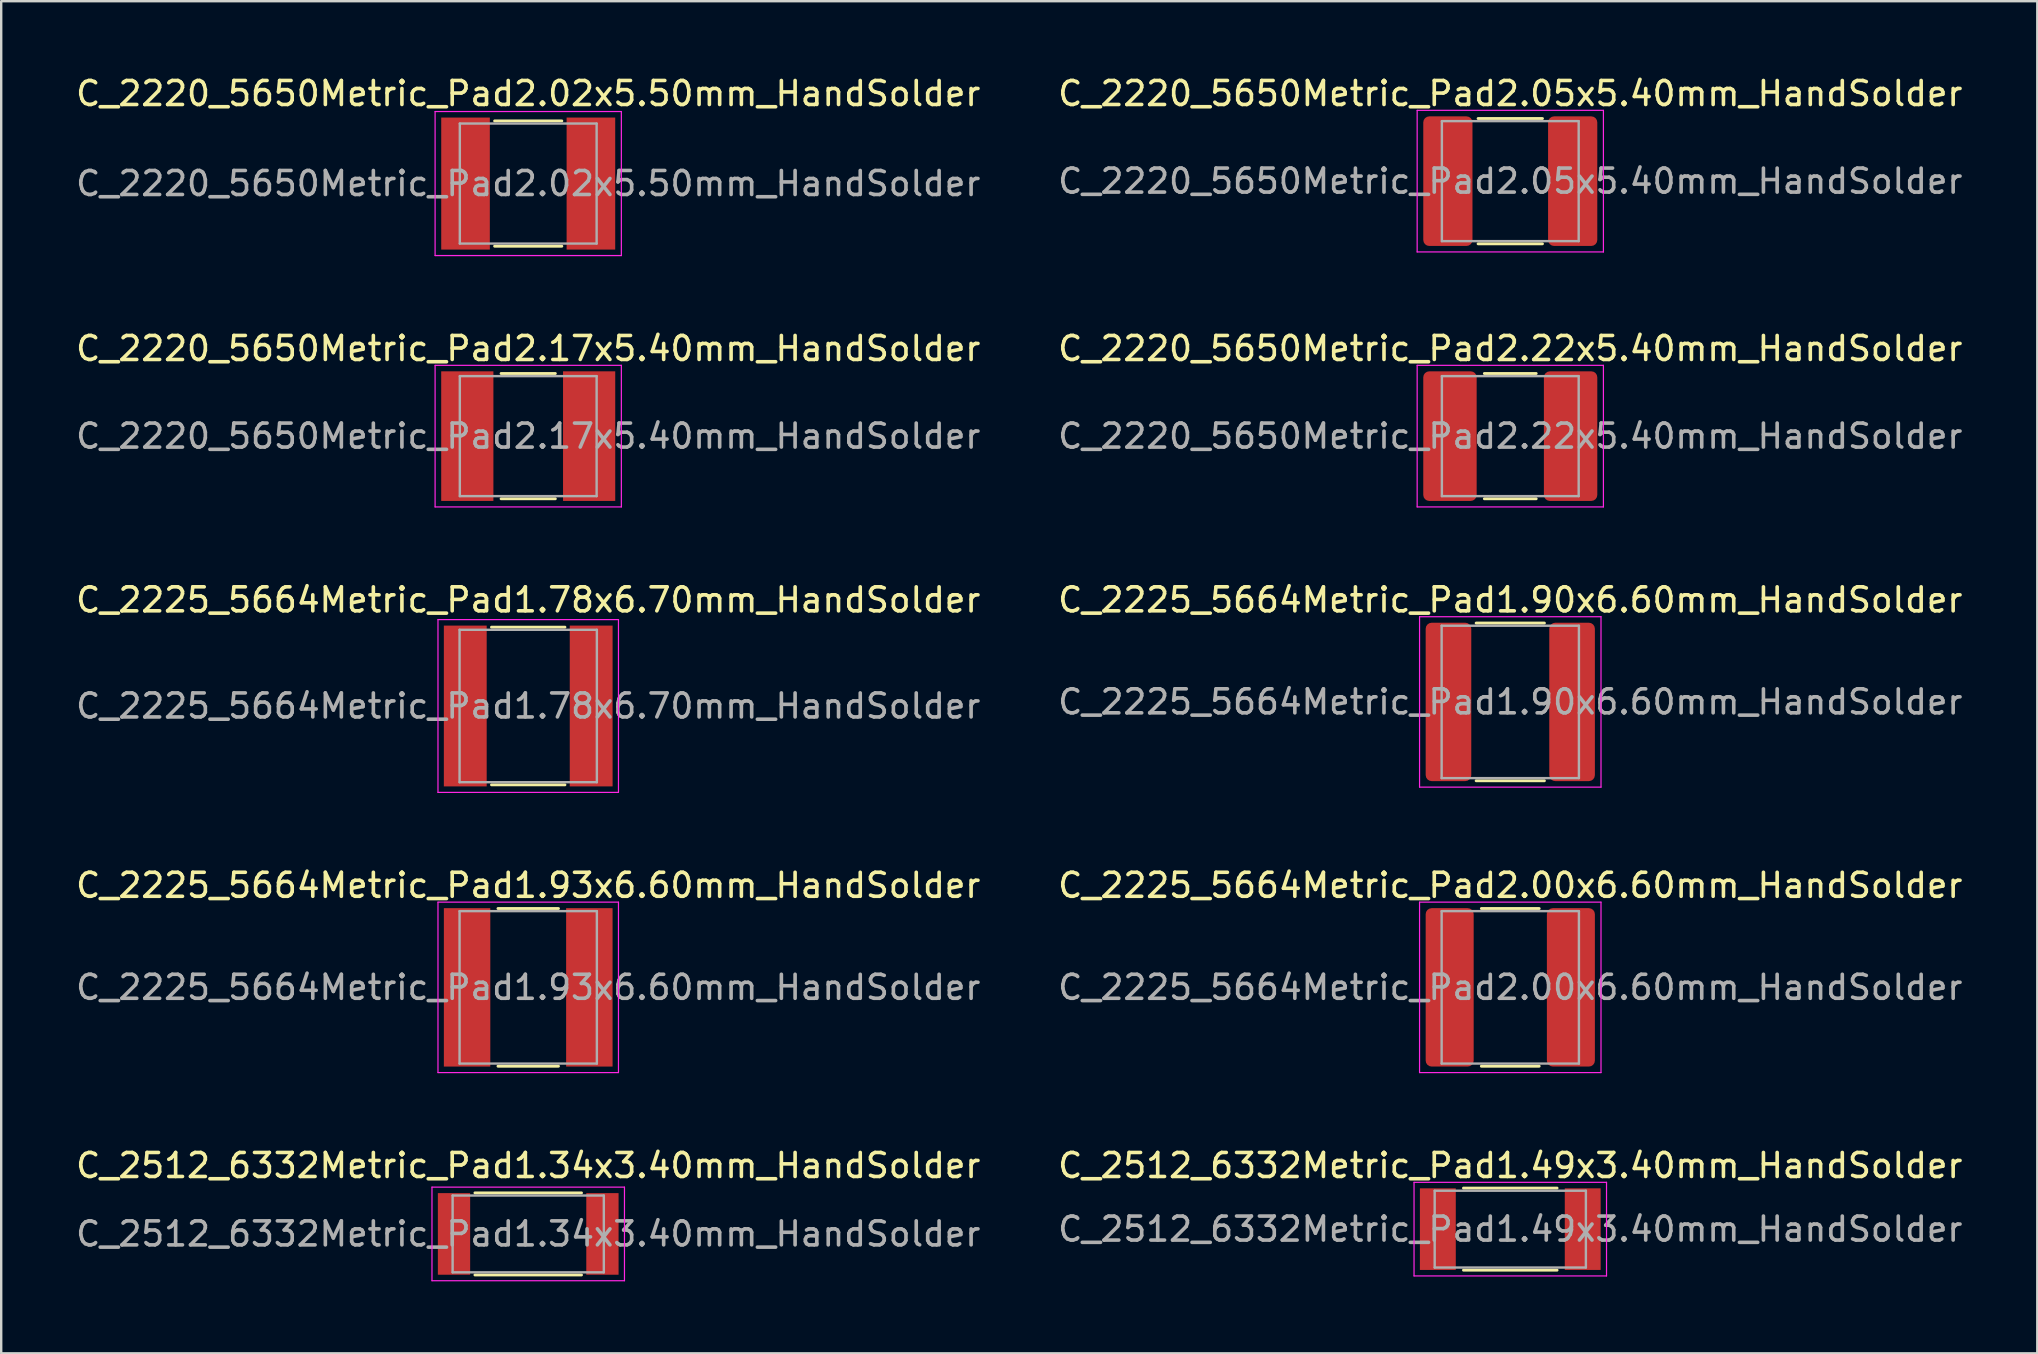
<source format=kicad_pcb>
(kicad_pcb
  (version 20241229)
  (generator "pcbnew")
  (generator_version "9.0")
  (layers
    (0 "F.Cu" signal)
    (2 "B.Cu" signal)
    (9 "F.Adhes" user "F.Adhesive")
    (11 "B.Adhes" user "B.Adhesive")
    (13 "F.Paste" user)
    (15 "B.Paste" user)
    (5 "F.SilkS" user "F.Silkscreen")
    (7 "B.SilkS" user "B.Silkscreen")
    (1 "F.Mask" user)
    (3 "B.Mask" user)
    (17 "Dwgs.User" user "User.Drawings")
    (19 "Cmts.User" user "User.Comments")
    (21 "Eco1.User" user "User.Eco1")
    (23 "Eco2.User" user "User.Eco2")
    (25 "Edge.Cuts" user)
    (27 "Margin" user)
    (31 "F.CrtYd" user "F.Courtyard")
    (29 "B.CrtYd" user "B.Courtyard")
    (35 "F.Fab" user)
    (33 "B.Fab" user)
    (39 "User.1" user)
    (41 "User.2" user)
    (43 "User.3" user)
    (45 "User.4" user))
  (footprint "C_2512_6332Metric_Pad1.49x3.40mm_HandSolder"
    (layer "F.Cu")
    (at 59.875 48.161)
    (property "Reference" "C_2512_6332Metric_Pad1.49x3.40mm_HandSolder" (at 0 -2.65 0) (layer "F.SilkS") (effects (font (size 1 1) (thickness 0.15))))
    (attr smd)
    (fp_line (start -1.95 -1.71) (end 1.95 -1.71) (stroke (width 0.12) (type solid)) (layer "F.SilkS"))
    (fp_line (start -1.95 1.71) (end 1.95 1.71) (stroke (width 0.12) (type solid)) (layer "F.SilkS"))
    (fp_line (start -4.01 -1.95) (end 4.01 -1.95) (stroke (width 0.05) (type solid)) (layer "F.CrtYd"))
    (fp_line (start -4.01 1.95) (end -4.01 -1.95) (stroke (width 0.05) (type solid)) (layer "F.CrtYd"))
    (fp_line (start 4.01 -1.95) (end 4.01 1.95) (stroke (width 0.05) (type solid)) (layer "F.CrtYd"))
    (fp_line (start 4.01 1.95) (end -4.01 1.95) (stroke (width 0.05) (type solid)) (layer "F.CrtYd"))
    (fp_line (start -3.15 -1.6) (end 3.15 -1.6) (stroke (width 0.1) (type solid)) (layer "F.Fab"))
    (fp_line (start -3.15 1.6) (end -3.15 -1.6) (stroke (width 0.1) (type solid)) (layer "F.Fab"))
    (fp_line (start 3.15 -1.6) (end 3.15 1.6) (stroke (width 0.1) (type solid)) (layer "F.Fab"))
    (fp_line (start 3.15 1.6) (end -3.15 1.6) (stroke (width 0.1) (type solid)) (layer "F.Fab"))
    (fp_text user "${REFERENCE}" (at 0 0 0) (layer "F.Fab") (effects (font (size 1 1) (thickness 0.15))))
    (pad "1" smd rect (at -3.018 0) (size 1.495 3.4) (layers "F.Cu" "F.Mask" "F.Paste"))
    (pad "2" smd rect (at 3.018 0) (size 1.495 3.4) (layers "F.Cu" "F.Mask" "F.Paste")))
  (footprint "C_2225_5664Metric_Pad1.78x6.70mm_HandSolder"
    (layer "F.Cu")
    (at 18.958 26.365)
    (property "Reference" "C_2225_5664Metric_Pad1.78x6.70mm_HandSolder" (at 0 -4.42 0) (layer "F.SilkS") (effects (font (size 1 1) (thickness 0.15))))
    (attr smd)
    (fp_line (start -1.53 -3.285) (end 1.53 -3.285) (stroke (width 0.12) (type solid)) (layer "F.SilkS"))
    (fp_line (start -1.53 3.285) (end 1.53 3.285) (stroke (width 0.12) (type solid)) (layer "F.SilkS"))
    (fp_line (start -3.76 -3.6) (end 3.76 -3.6) (stroke (width 0.05) (type solid)) (layer "F.CrtYd"))
    (fp_line (start -3.76 3.6) (end -3.76 -3.6) (stroke (width 0.05) (type solid)) (layer "F.CrtYd"))
    (fp_line (start 3.76 -3.6) (end 3.76 3.6) (stroke (width 0.05) (type solid)) (layer "F.CrtYd"))
    (fp_line (start 3.76 3.6) (end -3.76 3.6) (stroke (width 0.05) (type solid)) (layer "F.CrtYd"))
    (fp_line (start -2.86 -3.175) (end 2.86 -3.175) (stroke (width 0.1) (type solid)) (layer "F.Fab"))
    (fp_line (start -2.86 3.175) (end -2.86 -3.175) (stroke (width 0.1) (type solid)) (layer "F.Fab"))
    (fp_line (start 2.86 -3.175) (end 2.86 3.175) (stroke (width 0.1) (type solid)) (layer "F.Fab"))
    (fp_line (start 2.86 3.175) (end -2.86 3.175) (stroke (width 0.1) (type solid)) (layer "F.Fab"))
    (fp_text user "${REFERENCE}" (at 0 0 0) (layer "F.Fab") (effects (font (size 1 1) (thickness 0.15))))
    (pad "1" smd rect (at -2.623 0) (size 1.785 6.7) (layers "F.Cu" "F.Mask" "F.Paste"))
    (pad "2" smd rect (at 2.623 0) (size 1.785 6.7) (layers "F.Cu" "F.Mask" "F.Paste")))
  (footprint "C_2225_5664Metric_Pad2.00x6.60mm_HandSolder"
    (layer "F.Cu")
    (at 59.875 38.088)
    (property "Reference" "C_2225_5664Metric_Pad2.00x6.60mm_HandSolder" (at 0 -4.25 0) (layer "F.SilkS") (effects (font (size 1 1) (thickness 0.15))))
    (attr smd)
    (fp_line (start -1.205 -3.285) (end 1.205 -3.285) (stroke (width 0.12) (type solid)) (layer "F.SilkS"))
    (fp_line (start -1.205 3.285) (end 1.205 3.285) (stroke (width 0.12) (type solid)) (layer "F.SilkS"))
    (fp_line (start -3.78 -3.55) (end 3.78 -3.55) (stroke (width 0.05) (type solid)) (layer "F.CrtYd"))
    (fp_line (start -3.78 3.55) (end -3.78 -3.55) (stroke (width 0.05) (type solid)) (layer "F.CrtYd"))
    (fp_line (start 3.78 -3.55) (end 3.78 3.55) (stroke (width 0.05) (type solid)) (layer "F.CrtYd"))
    (fp_line (start 3.78 3.55) (end -3.78 3.55) (stroke (width 0.05) (type solid)) (layer "F.CrtYd"))
    (fp_line (start -2.86 -3.175) (end 2.86 -3.175) (stroke (width 0.1) (type solid)) (layer "F.Fab"))
    (fp_line (start -2.86 3.175) (end -2.86 -3.175) (stroke (width 0.1) (type solid)) (layer "F.Fab"))
    (fp_line (start 2.86 -3.175) (end 2.86 3.175) (stroke (width 0.1) (type solid)) (layer "F.Fab"))
    (fp_line (start 2.86 3.175) (end -2.86 3.175) (stroke (width 0.1) (type solid)) (layer "F.Fab"))
    (fp_text user "${REFERENCE}" (at 0 0 0) (layer "F.Fab") (effects (font (size 1 1) (thickness 0.15))))
    (pad "1" smd roundrect (at -2.525 0) (size 2 6.6) (layers "F.Cu" "F.Mask" "F.Paste") (roundrect_rratio 0.125))
    (pad "2" smd roundrect (at 2.525 0) (size 2 6.6) (layers "F.Cu" "F.Mask" "F.Paste") (roundrect_rratio 0.125)))
  (footprint "C_2220_5650Metric_Pad2.05x5.40mm_HandSolder"
    (layer "F.Cu")
    (at 59.875 4.498)
    (property "Reference" "C_2220_5650Metric_Pad2.05x5.40mm_HandSolder" (at 0 -3.65 0) (layer "F.SilkS") (effects (font (size 1 1) (thickness 0.15))))
    (attr smd)
    (fp_line (start -1.341 -2.61) (end 1.341 -2.61) (stroke (width 0.12) (type solid)) (layer "F.SilkS"))
    (fp_line (start -1.341 2.61) (end 1.341 2.61) (stroke (width 0.12) (type solid)) (layer "F.SilkS"))
    (fp_line (start -3.88 -2.95) (end 3.88 -2.95) (stroke (width 0.05) (type solid)) (layer "F.CrtYd"))
    (fp_line (start -3.88 2.95) (end -3.88 -2.95) (stroke (width 0.05) (type solid)) (layer "F.CrtYd"))
    (fp_line (start 3.88 -2.95) (end 3.88 2.95) (stroke (width 0.05) (type solid)) (layer "F.CrtYd"))
    (fp_line (start 3.88 2.95) (end -3.88 2.95) (stroke (width 0.05) (type solid)) (layer "F.CrtYd"))
    (fp_line (start -2.85 -2.5) (end 2.85 -2.5) (stroke (width 0.1) (type solid)) (layer "F.Fab"))
    (fp_line (start -2.85 2.5) (end -2.85 -2.5) (stroke (width 0.1) (type solid)) (layer "F.Fab"))
    (fp_line (start 2.85 -2.5) (end 2.85 2.5) (stroke (width 0.1) (type solid)) (layer "F.Fab"))
    (fp_line (start 2.85 2.5) (end -2.85 2.5) (stroke (width 0.1) (type solid)) (layer "F.Fab"))
    (fp_text user "${REFERENCE}" (at 0 0 0) (layer "F.Fab") (effects (font (size 1 1) (thickness 0.15))))
    (pad "1" smd roundrect (at -2.6 0) (size 2.05 5.4) (layers "F.Cu" "F.Mask" "F.Paste") (roundrect_rratio 0.122))
    (pad "2" smd roundrect (at 2.6 0) (size 2.05 5.4) (layers "F.Cu" "F.Mask" "F.Paste") (roundrect_rratio 0.122)))
  (footprint "C_2220_5650Metric_Pad2.02x5.50mm_HandSolder"
    (layer "F.Cu")
    (at 18.958 4.598)
    (property "Reference" "C_2220_5650Metric_Pad2.02x5.50mm_HandSolder" (at 0 -3.75 0) (layer "F.SilkS") (effects (font (size 1 1) (thickness 0.15))))
    (attr smd)
    (fp_line (start -1.4 -2.61) (end 1.4 -2.61) (stroke (width 0.12) (type solid)) (layer "F.SilkS"))
    (fp_line (start -1.4 2.61) (end 1.4 2.61) (stroke (width 0.12) (type solid)) (layer "F.SilkS"))
    (fp_line (start -3.88 -3) (end 3.88 -3) (stroke (width 0.05) (type solid)) (layer "F.CrtYd"))
    (fp_line (start -3.88 3) (end -3.88 -3) (stroke (width 0.05) (type solid)) (layer "F.CrtYd"))
    (fp_line (start 3.88 -3) (end 3.88 3) (stroke (width 0.05) (type solid)) (layer "F.CrtYd"))
    (fp_line (start 3.88 3) (end -3.88 3) (stroke (width 0.05) (type solid)) (layer "F.CrtYd"))
    (fp_line (start -2.85 -2.5) (end 2.85 -2.5) (stroke (width 0.1) (type solid)) (layer "F.Fab"))
    (fp_line (start -2.85 2.5) (end -2.85 -2.5) (stroke (width 0.1) (type solid)) (layer "F.Fab"))
    (fp_line (start 2.85 -2.5) (end 2.85 2.5) (stroke (width 0.1) (type solid)) (layer "F.Fab"))
    (fp_line (start 2.85 2.5) (end -2.85 2.5) (stroke (width 0.1) (type solid)) (layer "F.Fab"))
    (fp_text user "${REFERENCE}" (at 0 0 0) (layer "F.Fab") (effects (font (size 1 1) (thickness 0.15))))
    (pad "1" smd rect (at -2.612 0) (size 2.025 5.5) (layers "F.Cu" "F.Mask" "F.Paste"))
    (pad "2" smd rect (at 2.612 0) (size 2.025 5.5) (layers "F.Cu" "F.Mask" "F.Paste")))
  (footprint "C_2225_5664Metric_Pad1.93x6.60mm_HandSolder"
    (layer "F.Cu")
    (at 18.958 38.088)
    (property "Reference" "C_2225_5664Metric_Pad1.93x6.60mm_HandSolder" (at 0 -4.25 0) (layer "F.SilkS") (effects (font (size 1 1) (thickness 0.15))))
    (attr smd)
    (fp_line (start -1.26 -3.285) (end 1.26 -3.285) (stroke (width 0.12) (type solid)) (layer "F.SilkS"))
    (fp_line (start -1.26 3.285) (end 1.26 3.285) (stroke (width 0.12) (type solid)) (layer "F.SilkS"))
    (fp_line (start -3.76 -3.55) (end 3.76 -3.55) (stroke (width 0.05) (type solid)) (layer "F.CrtYd"))
    (fp_line (start -3.76 3.55) (end -3.76 -3.55) (stroke (width 0.05) (type solid)) (layer "F.CrtYd"))
    (fp_line (start 3.76 -3.55) (end 3.76 3.55) (stroke (width 0.05) (type solid)) (layer "F.CrtYd"))
    (fp_line (start 3.76 3.55) (end -3.76 3.55) (stroke (width 0.05) (type solid)) (layer "F.CrtYd"))
    (fp_line (start -2.86 -3.175) (end 2.86 -3.175) (stroke (width 0.1) (type solid)) (layer "F.Fab"))
    (fp_line (start -2.86 3.175) (end -2.86 -3.175) (stroke (width 0.1) (type solid)) (layer "F.Fab"))
    (fp_line (start 2.86 -3.175) (end 2.86 3.175) (stroke (width 0.1) (type solid)) (layer "F.Fab"))
    (fp_line (start 2.86 3.175) (end -2.86 3.175) (stroke (width 0.1) (type solid)) (layer "F.Fab"))
    (fp_text user "${REFERENCE}" (at 0 0 0) (layer "F.Fab") (effects (font (size 1 1) (thickness 0.15))))
    (pad "1" smd rect (at -2.547 0) (size 1.935 6.6) (layers "F.Cu" "F.Mask" "F.Paste"))
    (pad "2" smd rect (at 2.547 0) (size 1.935 6.6) (layers "F.Cu" "F.Mask" "F.Paste")))
  (footprint "C_2220_5650Metric_Pad2.22x5.40mm_HandSolder"
    (layer "F.Cu")
    (at 59.875 15.121)
    (property "Reference" "C_2220_5650Metric_Pad2.22x5.40mm_HandSolder" (at 0 -3.65 0) (layer "F.SilkS") (effects (font (size 1 1) (thickness 0.15))))
    (attr smd)
    (fp_line (start -1.08 -2.61) (end 1.08 -2.61) (stroke (width 0.12) (type solid)) (layer "F.SilkS"))
    (fp_line (start -1.08 2.61) (end 1.08 2.61) (stroke (width 0.12) (type solid)) (layer "F.SilkS"))
    (fp_line (start -3.88 -2.95) (end 3.88 -2.95) (stroke (width 0.05) (type solid)) (layer "F.CrtYd"))
    (fp_line (start -3.88 2.95) (end -3.88 -2.95) (stroke (width 0.05) (type solid)) (layer "F.CrtYd"))
    (fp_line (start 3.88 -2.95) (end 3.88 2.95) (stroke (width 0.05) (type solid)) (layer "F.CrtYd"))
    (fp_line (start 3.88 2.95) (end -3.88 2.95) (stroke (width 0.05) (type solid)) (layer "F.CrtYd"))
    (fp_line (start -2.85 -2.5) (end 2.85 -2.5) (stroke (width 0.1) (type solid)) (layer "F.Fab"))
    (fp_line (start -2.85 2.5) (end -2.85 -2.5) (stroke (width 0.1) (type solid)) (layer "F.Fab"))
    (fp_line (start 2.85 -2.5) (end 2.85 2.5) (stroke (width 0.1) (type solid)) (layer "F.Fab"))
    (fp_line (start 2.85 2.5) (end -2.85 2.5) (stroke (width 0.1) (type solid)) (layer "F.Fab"))
    (fp_text user "${REFERENCE}" (at 0 0 0) (layer "F.Fab") (effects (font (size 1 1) (thickness 0.15))))
    (pad "1" smd roundrect (at -2.513 0) (size 2.225 5.4) (layers "F.Cu" "F.Mask" "F.Paste") (roundrect_rratio 0.112))
    (pad "2" smd roundrect (at 2.513 0) (size 2.225 5.4) (layers "F.Cu" "F.Mask" "F.Paste") (roundrect_rratio 0.112)))
  (footprint "C_2512_6332Metric_Pad1.34x3.40mm_HandSolder"
    (layer "F.Cu")
    (at 18.958 48.361)
    (property "Reference" "C_2512_6332Metric_Pad1.34x3.40mm_HandSolder" (at 0 -2.85 0) (layer "F.SilkS") (effects (font (size 1 1) (thickness 0.15))))
    (attr smd)
    (fp_line (start -2.22 -1.71) (end 2.22 -1.71) (stroke (width 0.12) (type solid)) (layer "F.SilkS"))
    (fp_line (start -2.22 1.71) (end 2.22 1.71) (stroke (width 0.12) (type solid)) (layer "F.SilkS"))
    (fp_line (start -4.01 -1.95) (end 4.01 -1.95) (stroke (width 0.05) (type solid)) (layer "F.CrtYd"))
    (fp_line (start -4.01 1.95) (end -4.01 -1.95) (stroke (width 0.05) (type solid)) (layer "F.CrtYd"))
    (fp_line (start 4.01 -1.95) (end 4.01 1.95) (stroke (width 0.05) (type solid)) (layer "F.CrtYd"))
    (fp_line (start 4.01 1.95) (end -4.01 1.95) (stroke (width 0.05) (type solid)) (layer "F.CrtYd"))
    (fp_line (start -3.15 -1.6) (end 3.15 -1.6) (stroke (width 0.1) (type solid)) (layer "F.Fab"))
    (fp_line (start -3.15 1.6) (end -3.15 -1.6) (stroke (width 0.1) (type solid)) (layer "F.Fab"))
    (fp_line (start 3.15 -1.6) (end 3.15 1.6) (stroke (width 0.1) (type solid)) (layer "F.Fab"))
    (fp_line (start 3.15 1.6) (end -3.15 1.6) (stroke (width 0.1) (type solid)) (layer "F.Fab"))
    (fp_text user "${REFERENCE}" (at 0 0 0) (layer "F.Fab") (effects (font (size 1 1) (thickness 0.15))))
    (pad "1" smd rect (at -3.092 0) (size 1.345 3.4) (layers "F.Cu" "F.Mask" "F.Paste"))
    (pad "2" smd rect (at 3.092 0) (size 1.345 3.4) (layers "F.Cu" "F.Mask" "F.Paste")))
  (footprint "C_2225_5664Metric_Pad1.90x6.60mm_HandSolder"
    (layer "F.Cu")
    (at 59.875 26.195)
    (property "Reference" "C_2225_5664Metric_Pad1.90x6.60mm_HandSolder" (at 0 -4.25 0) (layer "F.SilkS") (effects (font (size 1 1) (thickness 0.15))))
    (attr smd)
    (fp_line (start -1.422 -3.285) (end 1.422 -3.285) (stroke (width 0.12) (type solid)) (layer "F.SilkS"))
    (fp_line (start -1.422 3.285) (end 1.422 3.285) (stroke (width 0.12) (type solid)) (layer "F.SilkS"))
    (fp_line (start -3.78 -3.55) (end 3.78 -3.55) (stroke (width 0.05) (type solid)) (layer "F.CrtYd"))
    (fp_line (start -3.78 3.55) (end -3.78 -3.55) (stroke (width 0.05) (type solid)) (layer "F.CrtYd"))
    (fp_line (start 3.78 -3.55) (end 3.78 3.55) (stroke (width 0.05) (type solid)) (layer "F.CrtYd"))
    (fp_line (start 3.78 3.55) (end -3.78 3.55) (stroke (width 0.05) (type solid)) (layer "F.CrtYd"))
    (fp_line (start -2.86 -3.175) (end 2.86 -3.175) (stroke (width 0.1) (type solid)) (layer "F.Fab"))
    (fp_line (start -2.86 3.175) (end -2.86 -3.175) (stroke (width 0.1) (type solid)) (layer "F.Fab"))
    (fp_line (start 2.86 -3.175) (end 2.86 3.175) (stroke (width 0.1) (type solid)) (layer "F.Fab"))
    (fp_line (start 2.86 3.175) (end -2.86 3.175) (stroke (width 0.1) (type solid)) (layer "F.Fab"))
    (fp_text user "${REFERENCE}" (at 0 0 0) (layer "F.Fab") (effects (font (size 1 1) (thickness 0.15))))
    (pad "1" smd roundrect (at -2.575 0) (size 1.9 6.6) (layers "F.Cu" "F.Mask" "F.Paste") (roundrect_rratio 0.132))
    (pad "2" smd roundrect (at 2.575 0) (size 1.9 6.6) (layers "F.Cu" "F.Mask" "F.Paste") (roundrect_rratio 0.132)))
  (footprint "C_2220_5650Metric_Pad2.17x5.40mm_HandSolder"
    (layer "F.Cu")
    (at 18.958 15.121)
    (property "Reference" "C_2220_5650Metric_Pad2.17x5.40mm_HandSolder" (at 0 -3.65 0) (layer "F.SilkS") (effects (font (size 1 1) (thickness 0.15))))
    (attr smd)
    (fp_line (start -1.13 -2.61) (end 1.13 -2.61) (stroke (width 0.12) (type solid)) (layer "F.SilkS"))
    (fp_line (start -1.13 2.61) (end 1.13 2.61) (stroke (width 0.12) (type solid)) (layer "F.SilkS"))
    (fp_line (start -3.88 -2.95) (end 3.88 -2.95) (stroke (width 0.05) (type solid)) (layer "F.CrtYd"))
    (fp_line (start -3.88 2.95) (end -3.88 -2.95) (stroke (width 0.05) (type solid)) (layer "F.CrtYd"))
    (fp_line (start 3.88 -2.95) (end 3.88 2.95) (stroke (width 0.05) (type solid)) (layer "F.CrtYd"))
    (fp_line (start 3.88 2.95) (end -3.88 2.95) (stroke (width 0.05) (type solid)) (layer "F.CrtYd"))
    (fp_line (start -2.85 -2.5) (end 2.85 -2.5) (stroke (width 0.1) (type solid)) (layer "F.Fab"))
    (fp_line (start -2.85 2.5) (end -2.85 -2.5) (stroke (width 0.1) (type solid)) (layer "F.Fab"))
    (fp_line (start 2.85 -2.5) (end 2.85 2.5) (stroke (width 0.1) (type solid)) (layer "F.Fab"))
    (fp_line (start 2.85 2.5) (end -2.85 2.5) (stroke (width 0.1) (type solid)) (layer "F.Fab"))
    (fp_text user "${REFERENCE}" (at 0 0 0) (layer "F.Fab") (effects (font (size 1 1) (thickness 0.15))))
    (pad "1" smd rect (at -2.538 0) (size 2.175 5.4) (layers "F.Cu" "F.Mask" "F.Paste"))
    (pad "2" smd rect (at 2.538 0) (size 2.175 5.4) (layers "F.Cu" "F.Mask" "F.Paste")))
  (gr_rect
    (start -3 -3)
    (end 81.833 53.336)
    (stroke (width 0.1) (type default))
    (fill no)
    (layer "Edge.Cuts")))
</source>
